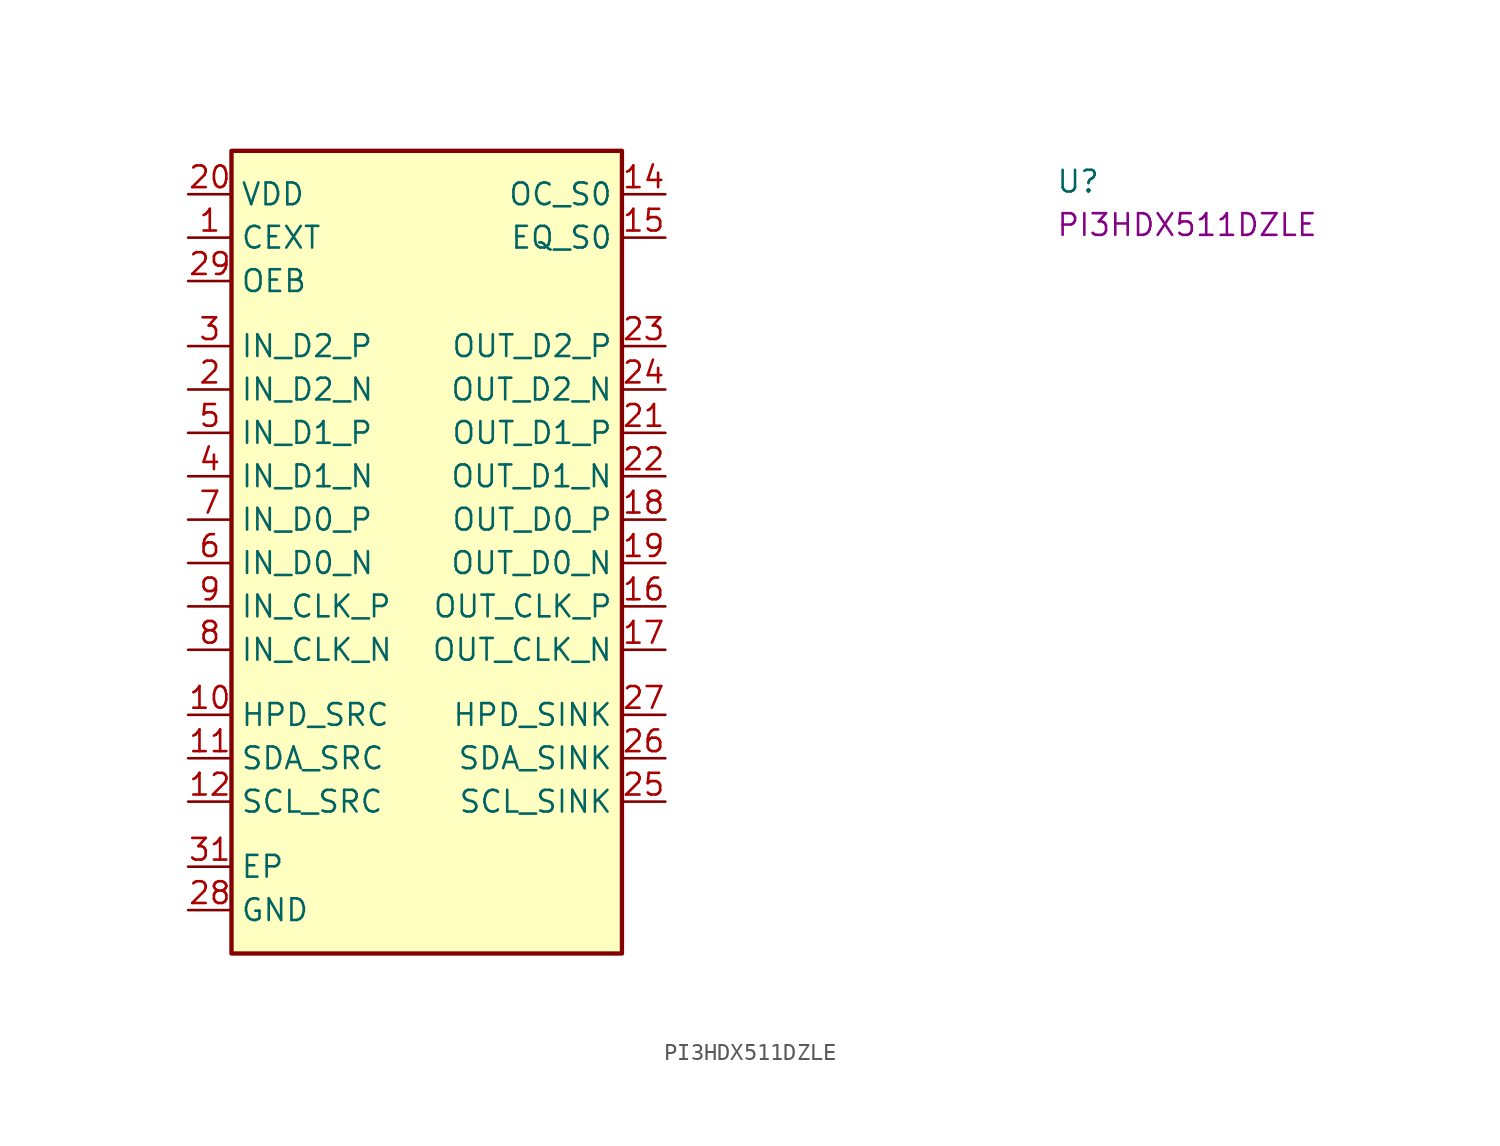
<source format=kicad_sym>
(kicad_symbol_lib
  (version 20220914)
  (generator kicad_symbol_editor)
  (symbol "PI3HDX511DZLE"
    (property "Reference" "U"
      (at 50.8 0 0)
      (effects (font (size 1.27 1.27) (thickness 0.15)) (justify left bottom)))
    (property "MPN" "PI3HDX511DZLE"
      (at 50.8 -2.54 0)
      (effects (font (size 1.27 1.27) (thickness 0.15)) (justify left bottom)))
    (symbol "PI3HDX511DZLE_1_1"
      (rectangle (start 2.54 2.54) (end 25.4 -44.45) (stroke (width 0.254) (type default)) (fill (type background)))
      (pin power_in line (at 0 -2.54 0) (length 2.54) (name "CEXT" (effects (font (size 1.27 1.27)))) (number "1" (effects (font (size 1.27 1.27)))))
      (pin output line (at 0 -30.48 0) (length 2.54) (name "HPD_SRC" (effects (font (size 1.27 1.27)))) (number "10" (effects (font (size 1.27 1.27)))))
      (pin bidirectional line (at 0 -33.02 0) (length 2.54) (name "SDA_SRC" (effects (font (size 1.27 1.27)))) (number "11" (effects (font (size 1.27 1.27)))))
      (pin bidirectional line (at 0 -35.56 0) (length 2.54) (name "SCL_SRC" (effects (font (size 1.27 1.27)))) (number "12" (effects (font (size 1.27 1.27)))))
      (pin passive line (at 0 -41.91 0) (length 2.54) hide (name "GND" (effects (font (size 1.27 1.27)))) (number "13" (effects (font (size 1.27 1.27)))))
      (pin input line (at 27.94 0 180) (length 2.54) (name "OC_S0" (effects (font (size 1.27 1.27)))) (number "14" (effects (font (size 1.27 1.27)))))
      (pin input line (at 27.94 -2.54 180) (length 2.54) (name "EQ_S0" (effects (font (size 1.27 1.27)))) (number "15" (effects (font (size 1.27 1.27)))))
      (pin output line (at 27.94 -24.13 180) (length 2.54) (name "OUT_CLK_P" (effects (font (size 1.27 1.27)))) (number "16" (effects (font (size 1.27 1.27)))))
      (pin output line (at 27.94 -26.67 180) (length 2.54) (name "OUT_CLK_N" (effects (font (size 1.27 1.27)))) (number "17" (effects (font (size 1.27 1.27)))))
      (pin output line (at 27.94 -19.05 180) (length 2.54) (name "OUT_D0_P" (effects (font (size 1.27 1.27)))) (number "18" (effects (font (size 1.27 1.27)))))
      (pin output line (at 27.94 -21.59 180) (length 2.54) (name "OUT_D0_N" (effects (font (size 1.27 1.27)))) (number "19" (effects (font (size 1.27 1.27)))))
      (pin input line (at 0 -11.43 0) (length 2.54) (name "IN_D2_N" (effects (font (size 1.27 1.27)))) (number "2" (effects (font (size 1.27 1.27)))))
      (pin power_in line (at 0 0 0) (length 2.54) (name "VDD" (effects (font (size 1.27 1.27)))) (number "20" (effects (font (size 1.27 1.27)))))
      (pin output line (at 27.94 -13.97 180) (length 2.54) (name "OUT_D1_P" (effects (font (size 1.27 1.27)))) (number "21" (effects (font (size 1.27 1.27)))))
      (pin output line (at 27.94 -16.51 180) (length 2.54) (name "OUT_D1_N" (effects (font (size 1.27 1.27)))) (number "22" (effects (font (size 1.27 1.27)))))
      (pin output line (at 27.94 -8.89 180) (length 2.54) (name "OUT_D2_P" (effects (font (size 1.27 1.27)))) (number "23" (effects (font (size 1.27 1.27)))))
      (pin output line (at 27.94 -11.43 180) (length 2.54) (name "OUT_D2_N" (effects (font (size 1.27 1.27)))) (number "24" (effects (font (size 1.27 1.27)))))
      (pin bidirectional line (at 27.94 -35.56 180) (length 2.54) (name "SCL_SINK" (effects (font (size 1.27 1.27)))) (number "25" (effects (font (size 1.27 1.27)))))
      (pin bidirectional line (at 27.94 -33.02 180) (length 2.54) (name "SDA_SINK" (effects (font (size 1.27 1.27)))) (number "26" (effects (font (size 1.27 1.27)))))
      (pin input line (at 27.94 -30.48 180) (length 2.54) (name "HPD_SINK" (effects (font (size 1.27 1.27)))) (number "27" (effects (font (size 1.27 1.27)))))
      (pin power_in line (at 0 -41.91 0) (length 2.54) (name "GND" (effects (font (size 1.27 1.27)))) (number "28" (effects (font (size 1.27 1.27)))))
      (pin input line (at 0 -5.08 0) (length 2.54) (name "OEB" (effects (font (size 1.27 1.27)))) (number "29" (effects (font (size 1.27 1.27)))))
      (pin input line (at 0 -8.89 0) (length 2.54) (name "IN_D2_P" (effects (font (size 1.27 1.27)))) (number "3" (effects (font (size 1.27 1.27)))))
      (pin passive line (at 0 0 0) (length 2.54) hide (name "VDD" (effects (font (size 1.27 1.27)))) (number "30" (effects (font (size 1.27 1.27)))))
      (pin power_in line (at 0 -39.37 0) (length 2.54) (name "EP" (effects (font (size 1.27 1.27)))) (number "31" (effects (font (size 1.27 1.27)))))
      (pin input line (at 0 -16.51 0) (length 2.54) (name "IN_D1_N" (effects (font (size 1.27 1.27)))) (number "4" (effects (font (size 1.27 1.27)))))
      (pin input line (at 0 -13.97 0) (length 2.54) (name "IN_D1_P" (effects (font (size 1.27 1.27)))) (number "5" (effects (font (size 1.27 1.27)))))
      (pin input line (at 0 -21.59 0) (length 2.54) (name "IN_D0_N" (effects (font (size 1.27 1.27)))) (number "6" (effects (font (size 1.27 1.27)))))
      (pin input line (at 0 -19.05 0) (length 2.54) (name "IN_D0_P" (effects (font (size 1.27 1.27)))) (number "7" (effects (font (size 1.27 1.27)))))
      (pin input line (at 0 -26.67 0) (length 2.54) (name "IN_CLK_N" (effects (font (size 1.27 1.27)))) (number "8" (effects (font (size 1.27 1.27)))))
      (pin input line (at 0 -24.13 0) (length 2.54) (name "IN_CLK_P" (effects (font (size 1.27 1.27)))) (number "9" (effects (font (size 1.27 1.27))))))))
</source>
